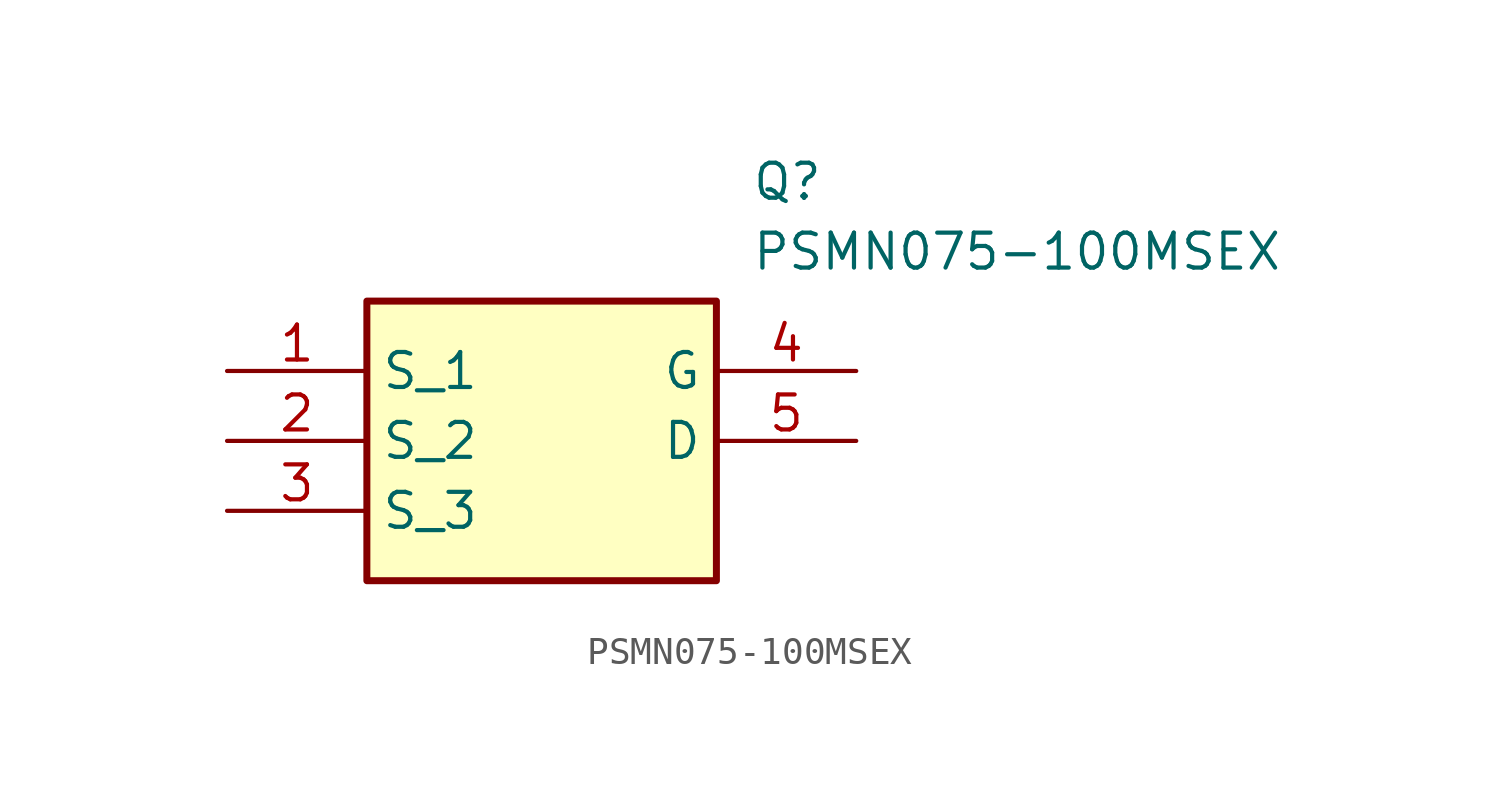
<source format=kicad_sym>
(kicad_symbol_lib
  (version 20211014)
  (generator SamacSys_ECAD_Model)
  (symbol "PSMN075-100MSEX"
    (property "Reference" "Q"
      (at 19.05 7.62 0)
      (effects (font (size 1.27 1.27)) (justify left top)))
    (property "Value" "PSMN075-100MSEX"
      (at 19.05 5.08 0)
      (effects (font (size 1.27 1.27)) (justify left top)))
    (rectangle
      (start 5.08 2.54)
      (end 17.78 -7.62)
      (stroke (width 0.254) (type default))
      (fill (type background)))
    (pin passive line
      (at 0 0 0)
      (length 5.08)
      (name "S_1" (effects (font (size 1.27 1.27))))
      (number "1" (effects (font (size 1.27 1.27)))))
    (pin passive line
      (at 0 -2.54 0)
      (length 5.08)
      (name "S_2" (effects (font (size 1.27 1.27))))
      (number "2" (effects (font (size 1.27 1.27)))))
    (pin passive line
      (at 0 -5.08 0)
      (length 5.08)
      (name "S_3" (effects (font (size 1.27 1.27))))
      (number "3" (effects (font (size 1.27 1.27)))))
    (pin passive line
      (at 22.86 0 180)
      (length 5.08)
      (name "G" (effects (font (size 1.27 1.27))))
      (number "4" (effects (font (size 1.27 1.27)))))
    (pin passive line
      (at 22.86 -2.54 180)
      (length 5.08)
      (name "D" (effects (font (size 1.27 1.27))))
      (number "5" (effects (font (size 1.27 1.27)))))))
</source>
